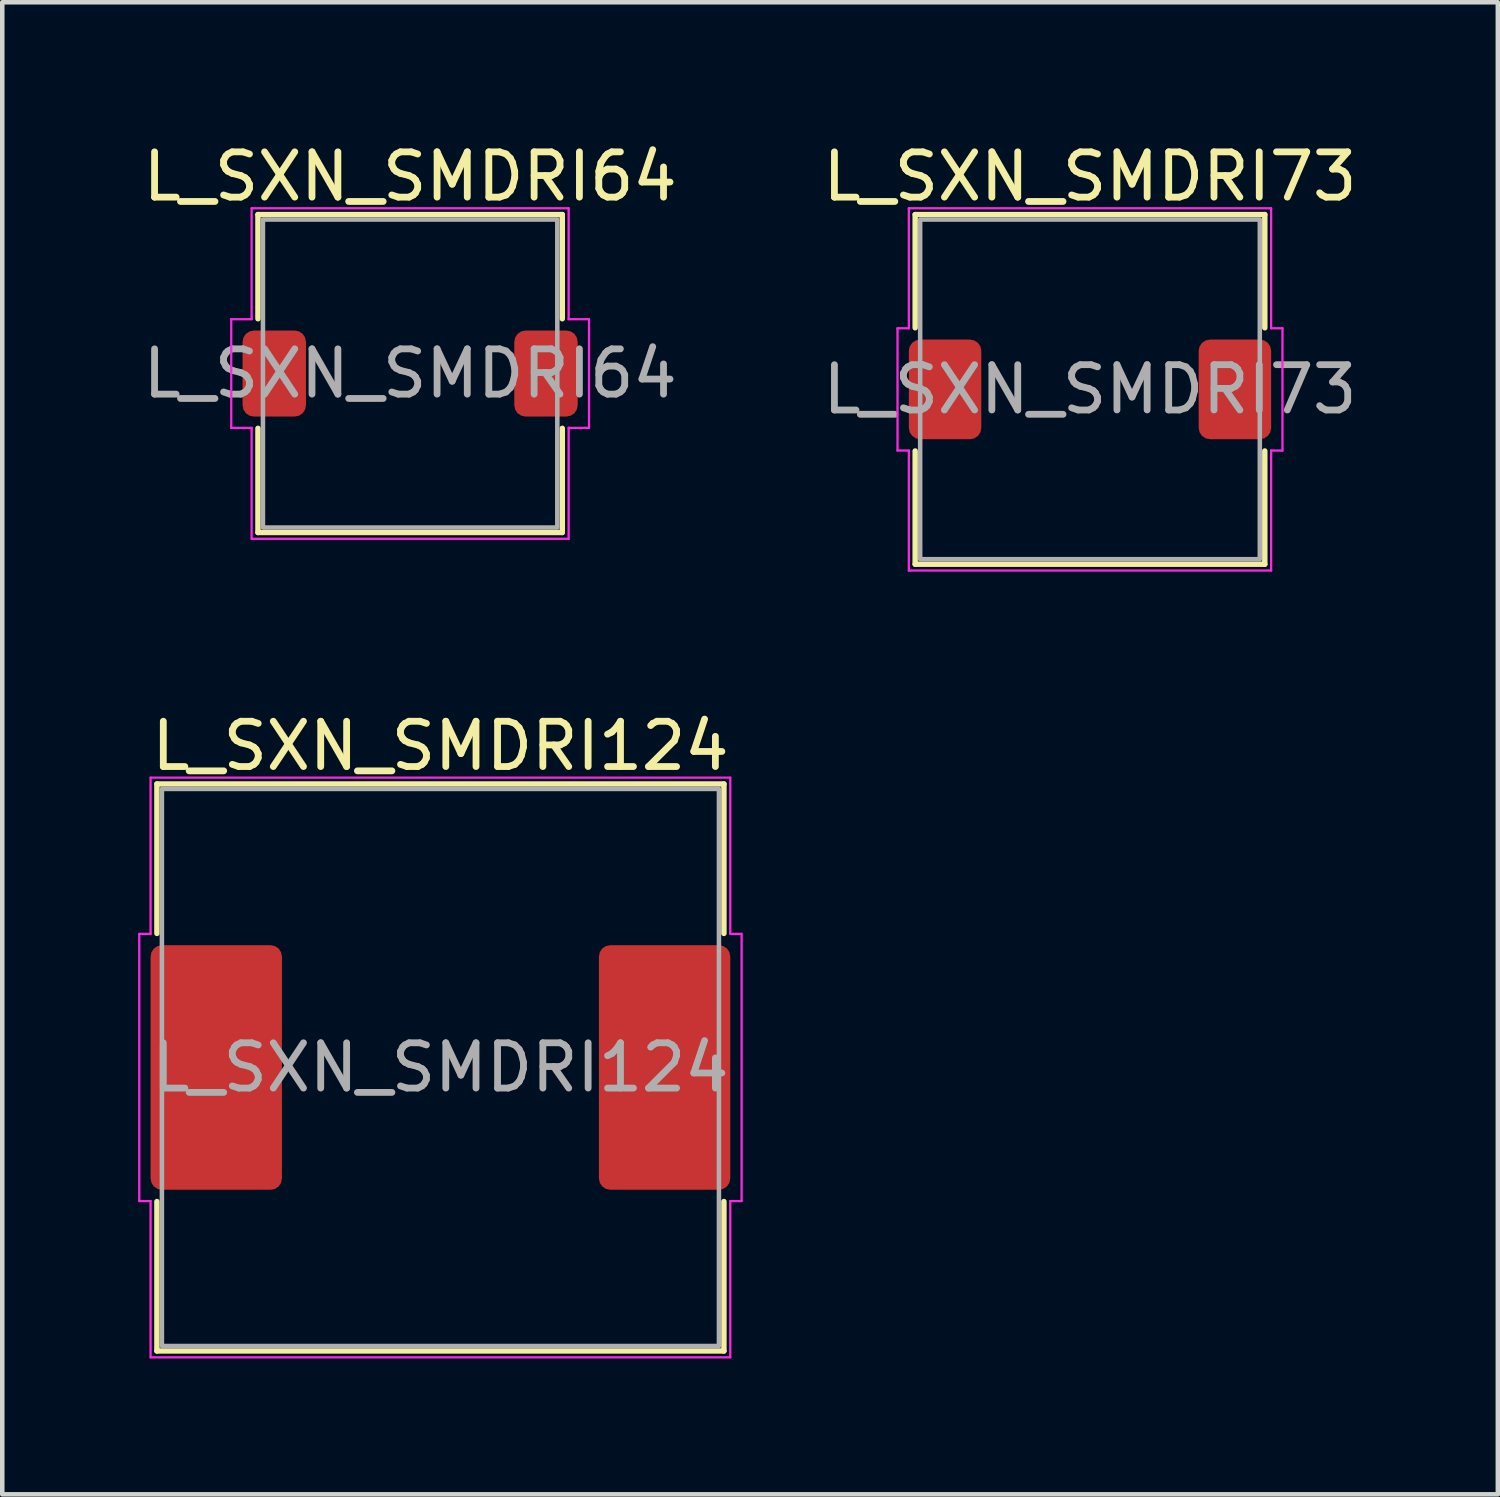
<source format=kicad_pcb>
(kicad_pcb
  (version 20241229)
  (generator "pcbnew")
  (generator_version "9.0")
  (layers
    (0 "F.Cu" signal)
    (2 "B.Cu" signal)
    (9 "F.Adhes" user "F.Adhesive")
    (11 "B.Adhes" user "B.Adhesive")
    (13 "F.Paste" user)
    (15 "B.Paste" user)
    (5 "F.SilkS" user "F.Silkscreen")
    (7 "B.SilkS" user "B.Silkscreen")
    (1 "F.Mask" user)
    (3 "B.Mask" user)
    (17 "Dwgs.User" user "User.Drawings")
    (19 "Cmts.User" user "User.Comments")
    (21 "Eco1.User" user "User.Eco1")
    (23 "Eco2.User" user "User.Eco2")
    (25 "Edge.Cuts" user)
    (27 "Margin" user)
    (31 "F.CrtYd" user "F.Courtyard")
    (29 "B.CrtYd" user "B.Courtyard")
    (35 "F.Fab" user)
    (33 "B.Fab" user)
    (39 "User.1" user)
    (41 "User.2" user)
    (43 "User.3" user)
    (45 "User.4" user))
  (footprint "L_SXN_SMDRI73"
    (layer "F.Cu")
    (at 21.018 5.548)
    (property "Reference" "L_SXN_SMDRI73" (at 0 -4.7 0) (layer "F.SilkS") (effects (font (size 1 1) (thickness 0.15))))
    (attr smd)
    (fp_line (start -3.86 -3.86) (end 3.86 -3.86) (stroke (width 0.12) (type solid)) (layer "F.SilkS"))
    (fp_line (start -3.86 -1.36) (end -3.86 -3.86) (stroke (width 0.12) (type solid)) (layer "F.SilkS"))
    (fp_line (start -3.86 3.86) (end -3.86 1.36) (stroke (width 0.12) (type solid)) (layer "F.SilkS"))
    (fp_line (start 3.86 -3.86) (end 3.86 -1.36) (stroke (width 0.12) (type solid)) (layer "F.SilkS"))
    (fp_line (start 3.86 1.36) (end 3.86 3.86) (stroke (width 0.12) (type solid)) (layer "F.SilkS"))
    (fp_line (start 3.86 3.86) (end -3.86 3.86) (stroke (width 0.12) (type solid)) (layer "F.SilkS"))
    (fp_line (start -4.25 -1.35) (end -4 -1.35) (stroke (width 0.05) (type solid)) (layer "F.CrtYd"))
    (fp_line (start -4.25 1.35) (end -4.25 -1.35) (stroke (width 0.05) (type solid)) (layer "F.CrtYd"))
    (fp_line (start -4 -4) (end 4 -4) (stroke (width 0.05) (type solid)) (layer "F.CrtYd"))
    (fp_line (start -4 -1.35) (end -4 -4) (stroke (width 0.05) (type solid)) (layer "F.CrtYd"))
    (fp_line (start -4 1.35) (end -4.25 1.35) (stroke (width 0.05) (type solid)) (layer "F.CrtYd"))
    (fp_line (start -4 4) (end -4 1.35) (stroke (width 0.05) (type solid)) (layer "F.CrtYd"))
    (fp_line (start 4 -4) (end 4 -1.35) (stroke (width 0.05) (type solid)) (layer "F.CrtYd"))
    (fp_line (start 4 -1.35) (end 4.25 -1.35) (stroke (width 0.05) (type solid)) (layer "F.CrtYd"))
    (fp_line (start 4 1.35) (end 4 4) (stroke (width 0.05) (type solid)) (layer "F.CrtYd"))
    (fp_line (start 4 4) (end -4 4) (stroke (width 0.05) (type solid)) (layer "F.CrtYd"))
    (fp_line (start 4.25 -1.35) (end 4.25 1.35) (stroke (width 0.05) (type solid)) (layer "F.CrtYd"))
    (fp_line (start 4.25 1.35) (end 4 1.35) (stroke (width 0.05) (type solid)) (layer "F.CrtYd"))
    (fp_rect (start -3.75 -3.75) (end 3.75 3.75) (stroke (width 0.1) (type solid)) (fill no) (layer "F.Fab"))
    (fp_text user "${REFERENCE}" (at 0 0 0) (layer "F.Fab") (effects (font (size 1 1) (thickness 0.15))))
    (pad "1" smd roundrect (at -3.2 0) (size 1.6 2.2) (layers "F.Cu" "F.Mask" "F.Paste") (roundrect_rratio 0.156))
    (pad "2" smd roundrect (at 3.2 0) (size 1.6 2.2) (layers "F.Cu" "F.Mask" "F.Paste") (roundrect_rratio 0.156)))
  (footprint "L_SXN_SMDRI64"
    (layer "F.Cu")
    (at 6.006 5.198)
    (property "Reference" "L_SXN_SMDRI64" (at 0 -4.35 0) (layer "F.SilkS") (effects (font (size 1 1) (thickness 0.15))))
    (attr smd)
    (fp_line (start -3.36 -3.51) (end 3.36 -3.51) (stroke (width 0.12) (type solid)) (layer "F.SilkS"))
    (fp_line (start -3.36 -1.21) (end -3.36 -3.51) (stroke (width 0.12) (type solid)) (layer "F.SilkS"))
    (fp_line (start -3.36 3.51) (end -3.36 1.21) (stroke (width 0.12) (type solid)) (layer "F.SilkS"))
    (fp_line (start 3.36 -3.51) (end 3.36 -1.21) (stroke (width 0.12) (type solid)) (layer "F.SilkS"))
    (fp_line (start 3.36 1.21) (end 3.36 3.51) (stroke (width 0.12) (type solid)) (layer "F.SilkS"))
    (fp_line (start 3.36 3.51) (end -3.36 3.51) (stroke (width 0.12) (type solid)) (layer "F.SilkS"))
    (fp_line (start -3.95 -1.2) (end -3.5 -1.2) (stroke (width 0.05) (type solid)) (layer "F.CrtYd"))
    (fp_line (start -3.95 1.2) (end -3.95 -1.2) (stroke (width 0.05) (type solid)) (layer "F.CrtYd"))
    (fp_line (start -3.5 -3.65) (end 3.5 -3.65) (stroke (width 0.05) (type solid)) (layer "F.CrtYd"))
    (fp_line (start -3.5 -1.2) (end -3.5 -3.65) (stroke (width 0.05) (type solid)) (layer "F.CrtYd"))
    (fp_line (start -3.5 1.2) (end -3.95 1.2) (stroke (width 0.05) (type solid)) (layer "F.CrtYd"))
    (fp_line (start -3.5 3.65) (end -3.5 1.2) (stroke (width 0.05) (type solid)) (layer "F.CrtYd"))
    (fp_line (start 3.5 -3.65) (end 3.5 -1.2) (stroke (width 0.05) (type solid)) (layer "F.CrtYd"))
    (fp_line (start 3.5 -1.2) (end 3.95 -1.2) (stroke (width 0.05) (type solid)) (layer "F.CrtYd"))
    (fp_line (start 3.5 1.2) (end 3.5 3.65) (stroke (width 0.05) (type solid)) (layer "F.CrtYd"))
    (fp_line (start 3.5 3.65) (end -3.5 3.65) (stroke (width 0.05) (type solid)) (layer "F.CrtYd"))
    (fp_line (start 3.95 -1.2) (end 3.95 1.2) (stroke (width 0.05) (type solid)) (layer "F.CrtYd"))
    (fp_line (start 3.95 1.2) (end 3.5 1.2) (stroke (width 0.05) (type solid)) (layer "F.CrtYd"))
    (fp_rect (start -3.25 -3.4) (end 3.25 3.4) (stroke (width 0.1) (type solid)) (fill no) (layer "F.Fab"))
    (fp_text user "${REFERENCE}" (at 0 0 0) (layer "F.Fab") (effects (font (size 1 1) (thickness 0.15))))
    (pad "1" smd roundrect (at -3 0) (size 1.4 1.9) (layers "F.Cu" "F.Mask" "F.Paste") (roundrect_rratio 0.179))
    (pad "2" smd roundrect (at 3 0) (size 1.4 1.9) (layers "F.Cu" "F.Mask" "F.Paste") (roundrect_rratio 0.179)))
  (footprint "L_SXN_SMDRI124"
    (layer "F.Cu")
    (at 6.675 20.521)
    (property "Reference" "L_SXN_SMDRI124" (at 0 -7.1 0) (layer "F.SilkS") (effects (font (size 1 1) (thickness 0.15))))
    (attr smd)
    (fp_line (start -6.26 -6.26) (end 6.26 -6.26) (stroke (width 0.12) (type solid)) (layer "F.SilkS"))
    (fp_line (start -6.26 -2.96) (end -6.26 -6.26) (stroke (width 0.12) (type solid)) (layer "F.SilkS"))
    (fp_line (start -6.26 6.26) (end -6.26 2.96) (stroke (width 0.12) (type solid)) (layer "F.SilkS"))
    (fp_line (start 6.26 -6.26) (end 6.26 -2.96) (stroke (width 0.12) (type solid)) (layer "F.SilkS"))
    (fp_line (start 6.26 2.96) (end 6.26 6.26) (stroke (width 0.12) (type solid)) (layer "F.SilkS"))
    (fp_line (start 6.26 6.26) (end -6.26 6.26) (stroke (width 0.12) (type solid)) (layer "F.SilkS"))
    (fp_line (start -6.65 -2.95) (end -6.4 -2.95) (stroke (width 0.05) (type solid)) (layer "F.CrtYd"))
    (fp_line (start -6.65 2.95) (end -6.65 -2.95) (stroke (width 0.05) (type solid)) (layer "F.CrtYd"))
    (fp_line (start -6.4 -6.4) (end 6.4 -6.4) (stroke (width 0.05) (type solid)) (layer "F.CrtYd"))
    (fp_line (start -6.4 -2.95) (end -6.4 -6.4) (stroke (width 0.05) (type solid)) (layer "F.CrtYd"))
    (fp_line (start -6.4 2.95) (end -6.65 2.95) (stroke (width 0.05) (type solid)) (layer "F.CrtYd"))
    (fp_line (start -6.4 6.4) (end -6.4 2.95) (stroke (width 0.05) (type solid)) (layer "F.CrtYd"))
    (fp_line (start 6.4 -6.4) (end 6.4 -2.95) (stroke (width 0.05) (type solid)) (layer "F.CrtYd"))
    (fp_line (start 6.4 -2.95) (end 6.65 -2.95) (stroke (width 0.05) (type solid)) (layer "F.CrtYd"))
    (fp_line (start 6.4 2.95) (end 6.4 6.4) (stroke (width 0.05) (type solid)) (layer "F.CrtYd"))
    (fp_line (start 6.4 6.4) (end -6.4 6.4) (stroke (width 0.05) (type solid)) (layer "F.CrtYd"))
    (fp_line (start 6.65 -2.95) (end 6.65 2.95) (stroke (width 0.05) (type solid)) (layer "F.CrtYd"))
    (fp_line (start 6.65 2.95) (end 6.4 2.95) (stroke (width 0.05) (type solid)) (layer "F.CrtYd"))
    (fp_rect (start -6.15 -6.15) (end 6.15 6.15) (stroke (width 0.1) (type solid)) (fill no) (layer "F.Fab"))
    (fp_text user "${REFERENCE}" (at 0 0 0) (layer "F.Fab") (effects (font (size 1 1) (thickness 0.15))))
    (pad "1" smd roundrect (at -4.95 0) (size 2.9 5.4) (layers "F.Cu" "F.Mask" "F.Paste") (roundrect_rratio 0.086))
    (pad "2" smd roundrect (at 4.95 0) (size 2.9 5.4) (layers "F.Cu" "F.Mask" "F.Paste") (roundrect_rratio 0.086)))
  (gr_rect
    (start -3 -3)
    (end 30.024 29.947)
    (stroke (width 0.1) (type default))
    (fill no)
    (layer "Edge.Cuts")))
</source>
